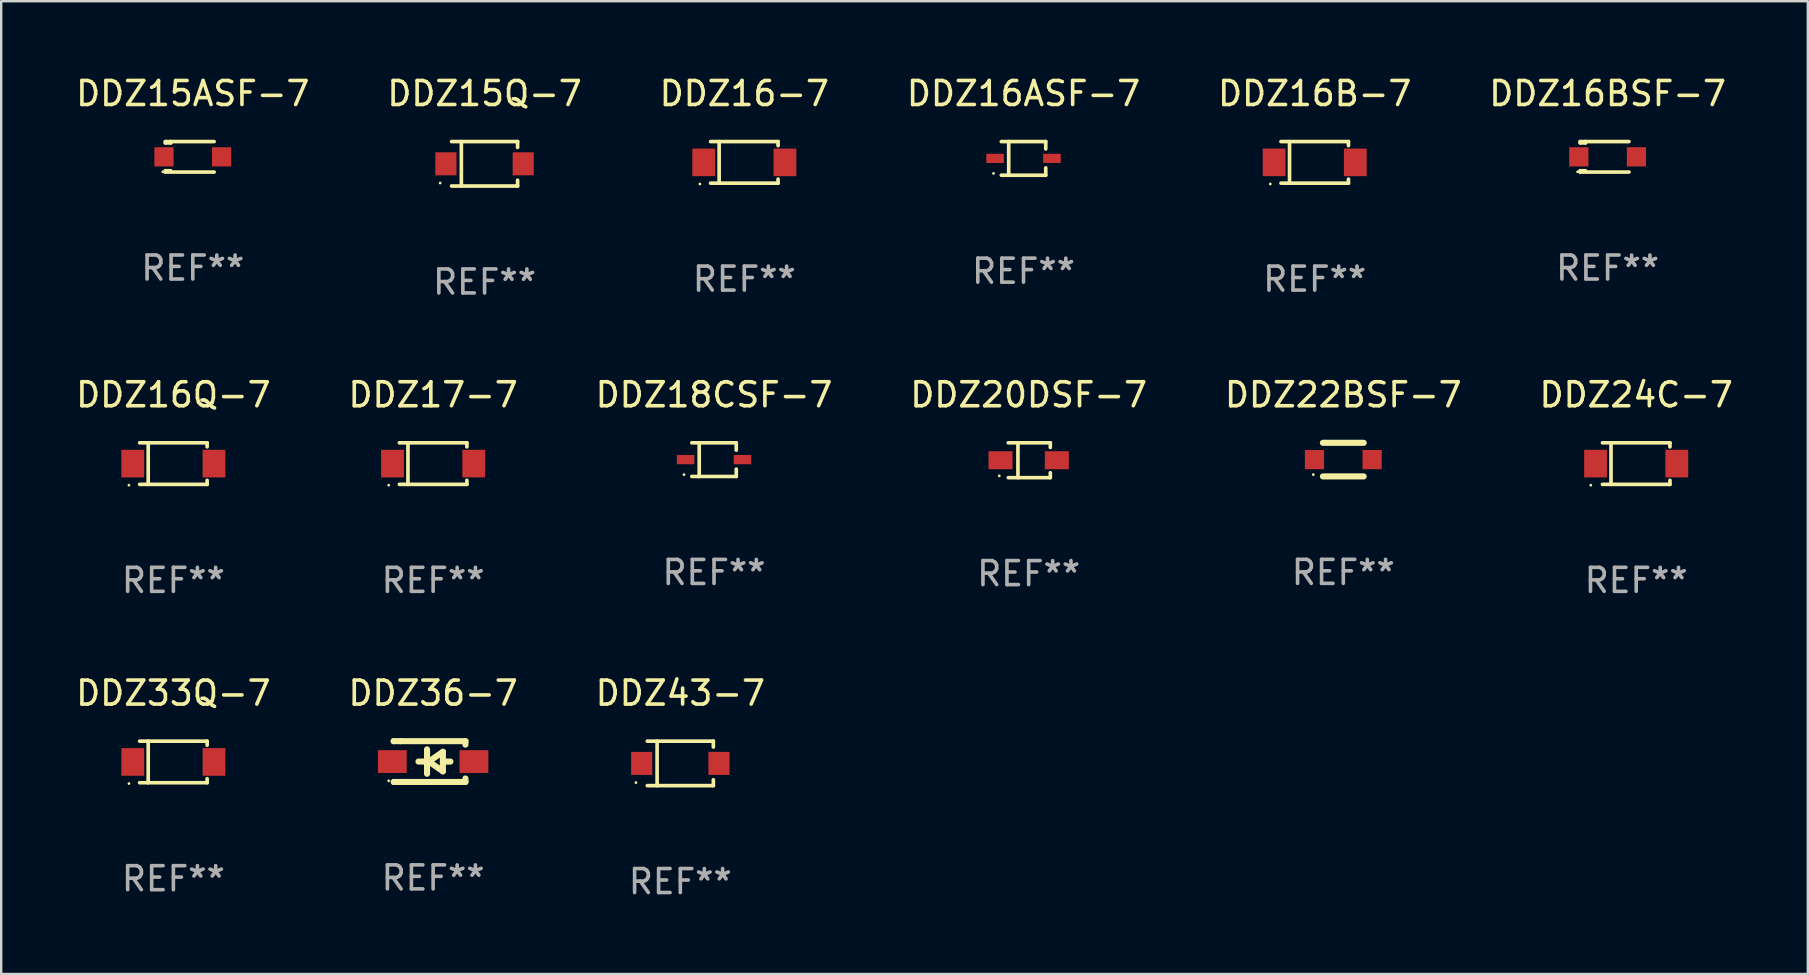
<source format=kicad_pcb>
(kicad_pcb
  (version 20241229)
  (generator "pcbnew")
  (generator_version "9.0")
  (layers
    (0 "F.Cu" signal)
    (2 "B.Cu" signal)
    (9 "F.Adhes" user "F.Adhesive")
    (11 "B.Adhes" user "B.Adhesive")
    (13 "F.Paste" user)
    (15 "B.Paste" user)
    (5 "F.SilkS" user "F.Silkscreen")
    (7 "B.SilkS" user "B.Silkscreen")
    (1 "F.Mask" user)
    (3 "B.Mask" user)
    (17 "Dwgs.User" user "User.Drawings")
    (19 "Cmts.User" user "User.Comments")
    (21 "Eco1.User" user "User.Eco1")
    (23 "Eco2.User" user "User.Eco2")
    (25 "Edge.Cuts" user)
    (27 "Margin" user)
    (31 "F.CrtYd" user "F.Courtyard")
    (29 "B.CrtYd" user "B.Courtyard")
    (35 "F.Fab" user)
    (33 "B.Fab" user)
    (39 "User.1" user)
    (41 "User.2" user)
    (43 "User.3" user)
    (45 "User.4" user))
  (footprint "DDZ15Q-7"
    (layer "F.Cu")
    (at 17.137 3.774)
    (property "Reference" "DDZ15Q-7" (at 0 -2.926 0) (layer "F.SilkS") (effects (font (size 1 1) (thickness 0.15))))
    (attr through_hole)
    (fp_line (start -1.376 -0.926) (end 1.376 -0.926) (stroke (width 0.152) (type solid)) (layer "F.SilkS"))
    (fp_line (start -1.376 0.926) (end 1.376 0.926) (stroke (width 0.152) (type solid)) (layer "F.SilkS"))
    (fp_line (start -0.967 -0.926) (end -0.967 0.926) (stroke (width 0.152) (type solid)) (layer "F.SilkS"))
    (fp_line (start 1.376 -0.926) (end 1.376 -0.683) (stroke (width 0.152) (type solid)) (layer "F.SilkS"))
    (fp_line (start 1.376 0.926) (end 1.376 0.683) (stroke (width 0.152) (type solid)) (layer "F.SilkS"))
    (fp_circle (center -1.85 0.8) (end -1.82 0.8) (stroke (width 0.06) (type solid)) (fill no) (layer "F.SilkS"))
    (fp_text user "REF**" (at 0 4.926 0) (layer "F.Fab") (effects (font (size 1 1) (thickness 0.15))))
    (pad "1" smd rect (at -1.61 0) (size 0.88 0.96) (layers "F.Cu" "F.Mask" "F.Paste"))
    (pad "2" smd rect (at 1.61 0) (size 0.88 0.96) (layers "F.Cu" "F.Mask" "F.Paste")))
  (footprint "DDZ16ASF-7"
    (layer "F.Cu")
    (at 39.589 3.549)
    (property "Reference" "DDZ16ASF-7" (at 0 -2.701 0) (layer "F.SilkS") (effects (font (size 1 1) (thickness 0.15))))
    (attr through_hole)
    (fp_line (start -0.926 -0.701) (end 0.926 -0.701) (stroke (width 0.152) (type solid)) (layer "F.SilkS"))
    (fp_line (start -0.926 0.701) (end 0.926 0.701) (stroke (width 0.152) (type solid)) (layer "F.SilkS"))
    (fp_line (start -0.617 -0.701) (end -0.617 0.701) (stroke (width 0.152) (type solid)) (layer "F.SilkS"))
    (fp_line (start 0.926 -0.701) (end 0.926 -0.396) (stroke (width 0.152) (type solid)) (layer "F.SilkS"))
    (fp_line (start 0.926 0.701) (end 0.926 0.396) (stroke (width 0.152) (type solid)) (layer "F.SilkS"))
    (fp_circle (center -1.25 0.625) (end -1.22 0.625) (stroke (width 0.06) (type solid)) (fill no) (layer "F.SilkS"))
    (fp_text user "REF**" (at 0 4.701 0) (layer "F.Fab") (effects (font (size 1 1) (thickness 0.15))))
    (pad "1" smd rect (at -1.185 0 180) (size 0.73 0.385) (layers "F.Cu" "F.Mask" "F.Paste"))
    (pad "2" smd rect (at 1.185 0 180) (size 0.73 0.385) (layers "F.Cu" "F.Mask" "F.Paste")))
  (footprint "DDZ18CSF-7"
    (layer "F.Cu")
    (at 26.696 16.098)
    (property "Reference" "DDZ18CSF-7" (at 0 -2.701 0) (layer "F.SilkS") (effects (font (size 1 1) (thickness 0.15))))
    (attr through_hole)
    (fp_line (start -0.926 -0.701) (end 0.926 -0.701) (stroke (width 0.152) (type solid)) (layer "F.SilkS"))
    (fp_line (start -0.926 0.701) (end 0.926 0.701) (stroke (width 0.152) (type solid)) (layer "F.SilkS"))
    (fp_line (start -0.617 -0.701) (end -0.617 0.701) (stroke (width 0.152) (type solid)) (layer "F.SilkS"))
    (fp_line (start 0.926 -0.701) (end 0.926 -0.396) (stroke (width 0.152) (type solid)) (layer "F.SilkS"))
    (fp_line (start 0.926 0.701) (end 0.926 0.396) (stroke (width 0.152) (type solid)) (layer "F.SilkS"))
    (fp_circle (center -1.25 0.625) (end -1.22 0.625) (stroke (width 0.06) (type solid)) (fill no) (layer "F.SilkS"))
    (fp_text user "REF**" (at 0 4.701 0) (layer "F.Fab") (effects (font (size 1 1) (thickness 0.15))))
    (pad "1" smd rect (at -1.185 0 180) (size 0.73 0.385) (layers "F.Cu" "F.Mask" "F.Paste"))
    (pad "2" smd rect (at 1.185 0 180) (size 0.73 0.385) (layers "F.Cu" "F.Mask" "F.Paste")))
  (footprint "DDZ16-7"
    (layer "F.Cu")
    (at 27.958 3.714)
    (property "Reference" "DDZ16-7" (at 0 -2.866 0) (layer "F.SilkS") (effects (font (size 1 1) (thickness 0.15))))
    (attr through_hole)
    (fp_line (start -1.406 -0.866) (end 1.406 -0.866) (stroke (width 0.152) (type solid)) (layer "F.SilkS"))
    (fp_line (start -1.406 0.866) (end 1.406 0.866) (stroke (width 0.152) (type solid)) (layer "F.SilkS"))
    (fp_line (start -1.049 -0.866) (end -1.049 0.866) (stroke (width 0.152) (type solid)) (layer "F.SilkS"))
    (fp_line (start 1.406 -0.866) (end 1.406 -0.698) (stroke (width 0.152) (type solid)) (layer "F.SilkS"))
    (fp_line (start 1.406 0.866) (end 1.406 0.698) (stroke (width 0.152) (type solid)) (layer "F.SilkS"))
    (fp_circle (center -1.851 0.9) (end -1.821 0.9) (stroke (width 0.06) (type solid)) (fill no) (layer "F.SilkS"))
    (fp_text user "REF**" (at 0 4.866 0) (layer "F.Fab") (effects (font (size 1 1) (thickness 0.15))))
    (pad "1" smd rect (at -1.692 0) (size 0.95 1.15) (layers "F.Cu" "F.Mask" "F.Paste"))
    (pad "2" smd rect (at 1.692 0) (size 0.95 1.15) (layers "F.Cu" "F.Mask" "F.Paste")))
  (footprint "DDZ20DSF-7"
    (layer "F.Cu")
    (at 39.804 16.123)
    (property "Reference" "DDZ20DSF-7" (at 0 -2.726 0) (layer "F.SilkS") (effects (font (size 1 1) (thickness 0.15))))
    (attr through_hole)
    (fp_line (start -0.851 -0.726) (end 0.901 -0.726) (stroke (width 0.152) (type solid)) (layer "F.SilkS"))
    (fp_line (start -0.851 0.726) (end 0.901 0.726) (stroke (width 0.152) (type solid)) (layer "F.SilkS"))
    (fp_line (start -0.447 -0.726) (end -0.447 0.726) (stroke (width 0.152) (type solid)) (layer "F.SilkS"))
    (fp_line (start 0.901 -0.726) (end 0.901 -0.53) (stroke (width 0.152) (type solid)) (layer "F.SilkS"))
    (fp_line (start 0.901 0.726) (end 0.901 0.52) (stroke (width 0.152) (type solid)) (layer "F.SilkS"))
    (fp_circle (center -1.225 0.65) (end -1.195 0.65) (stroke (width 0.06) (type solid)) (fill no) (layer "F.SilkS"))
    (fp_text user "REF**" (at 0 4.726 0) (layer "F.Fab") (effects (font (size 1 1) (thickness 0.15))))
    (pad "1" smd rect (at -1.173 0) (size 1 0.75) (layers "F.Cu" "F.Mask" "F.Paste"))
    (pad "2" smd rect (at 1.173 0) (size 1 0.75) (layers "F.Cu" "F.Mask" "F.Paste")))
  (footprint "DDZ22BSF-7"
    (layer "F.Cu")
    (at 52.911 16.097)
    (property "Reference" "DDZ22BSF-7" (at 0 -2.7 0) (layer "F.SilkS") (effects (font (size 1 1) (thickness 0.15))))
    (attr through_hole)
    (fp_line (start -0.85 -0.7) (end 0.85 -0.7) (stroke (width 0.254) (type solid)) (layer "F.SilkS"))
    (fp_line (start -0.85 0.7) (end 0.85 0.7) (stroke (width 0.254) (type solid)) (layer "F.SilkS"))
    (fp_circle (center -1.25 0.625) (end -1.22 0.625) (stroke (width 0.06) (type solid)) (fill no) (layer "F.SilkS"))
    (fp_text user "REF**" (at 0 4.7 0) (layer "F.Fab") (effects (font (size 1 1) (thickness 0.15))))
    (pad "1" smd rect (at -1.2 0) (size 0.8 0.8) (layers "F.Cu" "F.Mask" "F.Paste"))
    (pad "2" smd rect (at 1.2 0) (size 0.8 0.8) (layers "F.Cu" "F.Mask" "F.Paste")))
  (footprint "DDZ33Q-7"
    (layer "F.Cu")
    (at 4.173 28.692)
    (property "Reference" "DDZ33Q-7" (at 0 -2.866 0) (layer "F.SilkS") (effects (font (size 1 1) (thickness 0.15))))
    (attr through_hole)
    (fp_line (start -1.406 -0.866) (end 1.406 -0.866) (stroke (width 0.152) (type solid)) (layer "F.SilkS"))
    (fp_line (start -1.406 0.866) (end 1.406 0.866) (stroke (width 0.152) (type solid)) (layer "F.SilkS"))
    (fp_line (start -1.049 -0.866) (end -1.049 0.866) (stroke (width 0.152) (type solid)) (layer "F.SilkS"))
    (fp_line (start 1.406 -0.866) (end 1.406 -0.698) (stroke (width 0.152) (type solid)) (layer "F.SilkS"))
    (fp_line (start 1.406 0.866) (end 1.406 0.698) (stroke (width 0.152) (type solid)) (layer "F.SilkS"))
    (fp_circle (center -1.851 0.9) (end -1.821 0.9) (stroke (width 0.06) (type solid)) (fill no) (layer "F.SilkS"))
    (fp_text user "REF**" (at 0 4.866 0) (layer "F.Fab") (effects (font (size 1 1) (thickness 0.15))))
    (pad "1" smd rect (at -1.692 0) (size 0.95 1.15) (layers "F.Cu" "F.Mask" "F.Paste"))
    (pad "2" smd rect (at 1.692 0) (size 0.95 1.15) (layers "F.Cu" "F.Mask" "F.Paste")))
  (footprint "DDZ16Q-7"
    (layer "F.Cu")
    (at 4.173 16.263)
    (property "Reference" "DDZ16Q-7" (at 0 -2.866 0) (layer "F.SilkS") (effects (font (size 1 1) (thickness 0.15))))
    (attr through_hole)
    (fp_line (start -1.406 -0.866) (end 1.406 -0.866) (stroke (width 0.152) (type solid)) (layer "F.SilkS"))
    (fp_line (start -1.406 0.866) (end 1.406 0.866) (stroke (width 0.152) (type solid)) (layer "F.SilkS"))
    (fp_line (start -1.049 -0.866) (end -1.049 0.866) (stroke (width 0.152) (type solid)) (layer "F.SilkS"))
    (fp_line (start 1.406 -0.866) (end 1.406 -0.698) (stroke (width 0.152) (type solid)) (layer "F.SilkS"))
    (fp_line (start 1.406 0.866) (end 1.406 0.698) (stroke (width 0.152) (type solid)) (layer "F.SilkS"))
    (fp_circle (center -1.851 0.9) (end -1.821 0.9) (stroke (width 0.06) (type solid)) (fill no) (layer "F.SilkS"))
    (fp_text user "REF**" (at 0 4.866 0) (layer "F.Fab") (effects (font (size 1 1) (thickness 0.15))))
    (pad "1" smd rect (at -1.692 0) (size 0.95 1.15) (layers "F.Cu" "F.Mask" "F.Paste"))
    (pad "2" smd rect (at 1.692 0) (size 0.95 1.15) (layers "F.Cu" "F.Mask" "F.Paste")))
  (footprint "DDZ16B-7"
    (layer "F.Cu")
    (at 51.72 3.714)
    (property "Reference" "DDZ16B-7" (at 0 -2.866 0) (layer "F.SilkS") (effects (font (size 1 1) (thickness 0.15))))
    (attr through_hole)
    (fp_line (start -1.406 -0.866) (end 1.406 -0.866) (stroke (width 0.152) (type solid)) (layer "F.SilkS"))
    (fp_line (start -1.406 0.866) (end 1.406 0.866) (stroke (width 0.152) (type solid)) (layer "F.SilkS"))
    (fp_line (start -1.049 -0.866) (end -1.049 0.866) (stroke (width 0.152) (type solid)) (layer "F.SilkS"))
    (fp_line (start 1.406 -0.866) (end 1.406 -0.698) (stroke (width 0.152) (type solid)) (layer "F.SilkS"))
    (fp_line (start 1.406 0.866) (end 1.406 0.698) (stroke (width 0.152) (type solid)) (layer "F.SilkS"))
    (fp_circle (center -1.851 0.9) (end -1.821 0.9) (stroke (width 0.06) (type solid)) (fill no) (layer "F.SilkS"))
    (fp_text user "REF**" (at 0 4.866 0) (layer "F.Fab") (effects (font (size 1 1) (thickness 0.15))))
    (pad "1" smd rect (at -1.692 0) (size 0.95 1.15) (layers "F.Cu" "F.Mask" "F.Paste"))
    (pad "2" smd rect (at 1.692 0) (size 0.95 1.15) (layers "F.Cu" "F.Mask" "F.Paste")))
  (footprint "DDZ15ASF-7"
    (layer "F.Cu")
    (at 4.982 3.483)
    (property "Reference" "DDZ15ASF-7" (at 0 -2.635 0) (layer "F.SilkS") (effects (font (size 1 1) (thickness 0.15))))
    (attr through_hole)
    (fp_line (start -1.143 -0.635) (end -1.143 -0.58) (stroke (width 0.152) (type solid)) (layer "F.SilkS"))
    (fp_line (start -1.143 -0.58) (end -0.922 -0.58) (stroke (width 0.152) (type solid)) (layer "F.SilkS"))
    (fp_line (start -1.143 0.58) (end -1.143 0.635) (stroke (width 0.152) (type solid)) (layer "F.SilkS"))
    (fp_line (start -1.143 0.58) (end -0.922 0.58) (stroke (width 0.152) (type solid)) (layer "F.SilkS"))
    (fp_line (start -1.143 0.635) (end 0.889 0.635) (stroke (width 0.152) (type solid)) (layer "F.SilkS"))
    (fp_line (start -0.922 -0.58) (end -0.922 -0.635) (stroke (width 0.152) (type solid)) (layer "F.SilkS"))
    (fp_line (start 0.889 -0.635) (end -1.143 -0.635) (stroke (width 0.152) (type solid)) (layer "F.SilkS"))
    (fp_circle (center -1.25 0.625) (end -1.22 0.625) (stroke (width 0.06) (type solid)) (fill no) (layer "F.SilkS"))
    (fp_text user "REF**" (at 0 4.635 0) (layer "F.Fab") (effects (font (size 1 1) (thickness 0.15))))
    (pad "1" smd rect (at -1.2 0) (size 0.8 0.8) (layers "F.Cu" "F.Mask" "F.Paste"))
    (pad "2" smd rect (at 1.2 0) (size 0.8 0.8) (layers "F.Cu" "F.Mask" "F.Paste")))
  (footprint "DDZ17-7"
    (layer "F.Cu")
    (at 14.994 16.263)
    (property "Reference" "DDZ17-7" (at 0 -2.866 0) (layer "F.SilkS") (effects (font (size 1 1) (thickness 0.15))))
    (attr through_hole)
    (fp_line (start -1.406 -0.866) (end 1.406 -0.866) (stroke (width 0.152) (type solid)) (layer "F.SilkS"))
    (fp_line (start -1.406 0.866) (end 1.406 0.866) (stroke (width 0.152) (type solid)) (layer "F.SilkS"))
    (fp_line (start -1.049 -0.866) (end -1.049 0.866) (stroke (width 0.152) (type solid)) (layer "F.SilkS"))
    (fp_line (start 1.406 -0.866) (end 1.406 -0.698) (stroke (width 0.152) (type solid)) (layer "F.SilkS"))
    (fp_line (start 1.406 0.866) (end 1.406 0.698) (stroke (width 0.152) (type solid)) (layer "F.SilkS"))
    (fp_circle (center -1.851 0.9) (end -1.821 0.9) (stroke (width 0.06) (type solid)) (fill no) (layer "F.SilkS"))
    (fp_text user "REF**" (at 0 4.866 0) (layer "F.Fab") (effects (font (size 1 1) (thickness 0.15))))
    (pad "1" smd rect (at -1.692 0) (size 0.95 1.15) (layers "F.Cu" "F.Mask" "F.Paste"))
    (pad "2" smd rect (at 1.692 0) (size 0.95 1.15) (layers "F.Cu" "F.Mask" "F.Paste")))
  (footprint "DDZ16BSF-7"
    (layer "F.Cu")
    (at 63.923 3.483)
    (property "Reference" "DDZ16BSF-7" (at 0 -2.635 0) (layer "F.SilkS") (effects (font (size 1 1) (thickness 0.15))))
    (attr through_hole)
    (fp_line (start -1.143 -0.635) (end -1.143 -0.58) (stroke (width 0.152) (type solid)) (layer "F.SilkS"))
    (fp_line (start -1.143 -0.58) (end -0.922 -0.58) (stroke (width 0.152) (type solid)) (layer "F.SilkS"))
    (fp_line (start -1.143 0.58) (end -1.143 0.635) (stroke (width 0.152) (type solid)) (layer "F.SilkS"))
    (fp_line (start -1.143 0.58) (end -0.922 0.58) (stroke (width 0.152) (type solid)) (layer "F.SilkS"))
    (fp_line (start -1.143 0.635) (end 0.889 0.635) (stroke (width 0.152) (type solid)) (layer "F.SilkS"))
    (fp_line (start -0.922 -0.58) (end -0.922 -0.635) (stroke (width 0.152) (type solid)) (layer "F.SilkS"))
    (fp_line (start 0.889 -0.635) (end -1.143 -0.635) (stroke (width 0.152) (type solid)) (layer "F.SilkS"))
    (fp_circle (center -1.25 0.625) (end -1.22 0.625) (stroke (width 0.06) (type solid)) (fill no) (layer "F.SilkS"))
    (fp_text user "REF**" (at 0 4.635 0) (layer "F.Fab") (effects (font (size 1 1) (thickness 0.15))))
    (pad "1" smd rect (at -1.2 0) (size 0.8 0.8) (layers "F.Cu" "F.Mask" "F.Paste"))
    (pad "2" smd rect (at 1.2 0) (size 0.8 0.8) (layers "F.Cu" "F.Mask" "F.Paste")))
  (footprint "DDZ24C-7"
    (layer "F.Cu")
    (at 65.113 16.263)
    (property "Reference" "DDZ24C-7" (at 0 -2.866 0) (layer "F.SilkS") (effects (font (size 1 1) (thickness 0.15))))
    (attr through_hole)
    (fp_line (start -1.406 -0.866) (end 1.406 -0.866) (stroke (width 0.152) (type solid)) (layer "F.SilkS"))
    (fp_line (start -1.406 0.866) (end 1.406 0.866) (stroke (width 0.152) (type solid)) (layer "F.SilkS"))
    (fp_line (start -1.049 -0.866) (end -1.049 0.866) (stroke (width 0.152) (type solid)) (layer "F.SilkS"))
    (fp_line (start 1.406 -0.866) (end 1.406 -0.698) (stroke (width 0.152) (type solid)) (layer "F.SilkS"))
    (fp_line (start 1.406 0.866) (end 1.406 0.698) (stroke (width 0.152) (type solid)) (layer "F.SilkS"))
    (fp_circle (center -1.892 0.9) (end -1.862 0.9) (stroke (width 0.06) (type solid)) (fill no) (layer "F.SilkS"))
    (fp_text user "REF**" (at 0 4.866 0) (layer "F.Fab") (effects (font (size 1 1) (thickness 0.15))))
    (pad "1" smd rect (at -1.692 0) (size 0.95 1.15) (layers "F.Cu" "F.Mask" "F.Paste"))
    (pad "2" smd rect (at 1.692 0) (size 0.95 1.15) (layers "F.Cu" "F.Mask" "F.Paste")))
  (footprint "DDZ43-7"
    (layer "F.Cu")
    (at 25.292 28.752)
    (property "Reference" "DDZ43-7" (at 0 -2.926 0) (layer "F.SilkS") (effects (font (size 1 1) (thickness 0.15))))
    (attr through_hole)
    (fp_line (start -1.376 -0.926) (end 1.376 -0.926) (stroke (width 0.152) (type solid)) (layer "F.SilkS"))
    (fp_line (start -1.376 0.926) (end 1.376 0.926) (stroke (width 0.152) (type solid)) (layer "F.SilkS"))
    (fp_line (start -0.967 -0.926) (end -0.967 0.926) (stroke (width 0.152) (type solid)) (layer "F.SilkS"))
    (fp_line (start 1.376 -0.926) (end 1.376 -0.683) (stroke (width 0.152) (type solid)) (layer "F.SilkS"))
    (fp_line (start 1.376 0.926) (end 1.376 0.683) (stroke (width 0.152) (type solid)) (layer "F.SilkS"))
    (fp_circle (center -1.85 0.8) (end -1.82 0.8) (stroke (width 0.06) (type solid)) (fill no) (layer "F.SilkS"))
    (fp_text user "REF**" (at 0 4.926 0) (layer "F.Fab") (effects (font (size 1 1) (thickness 0.15))))
    (pad "1" smd rect (at -1.61 0) (size 0.88 0.96) (layers "F.Cu" "F.Mask" "F.Paste"))
    (pad "2" smd rect (at 1.61 0) (size 0.88 0.96) (layers "F.Cu" "F.Mask" "F.Paste")))
  (footprint "DDZ36-7"
    (layer "F.Cu")
    (at 14.994 28.676)
    (property "Reference" "DDZ36-7" (at 0 -2.85 0) (layer "F.SilkS") (effects (font (size 1 1) (thickness 0.15))))
    (attr through_hole)
    (fp_line (start -1.643 -0.85) (end -1.644 -0.849) (stroke (width 0.254) (type solid)) (layer "F.SilkS"))
    (fp_line (start -1.638 0.85) (end -1.639 0.849) (stroke (width 0.254) (type solid)) (layer "F.SilkS"))
    (fp_line (start -1.346 -0.85) (end -1.643 -0.85) (stroke (width 0.254) (type solid)) (layer "F.SilkS"))
    (fp_line (start -1.346 -0.85) (end 1.346 -0.85) (stroke (width 0.254) (type solid)) (layer "F.SilkS"))
    (fp_line (start -1.346 0.85) (end -1.638 0.85) (stroke (width 0.254) (type solid)) (layer "F.SilkS"))
    (fp_line (start -0.28 0) (end -0.61 0) (stroke (width 0.254) (type solid)) (layer "F.SilkS"))
    (fp_line (start -0.254 -0.508) (end -0.254 0.508) (stroke (width 0.254) (type solid)) (layer "F.SilkS"))
    (fp_line (start -0.178 0) (end 0.406 -0.406) (stroke (width 0.254) (type solid)) (layer "F.SilkS"))
    (fp_line (start 0.406 -0.406) (end 0.406 0.406) (stroke (width 0.254) (type solid)) (layer "F.SilkS"))
    (fp_line (start 0.406 -0.000254) (end 0.72 -0.000254) (stroke (width 0.254) (type solid)) (layer "F.SilkS"))
    (fp_line (start 0.406 0.406) (end -0.178 0) (stroke (width 0.254) (type solid)) (layer "F.SilkS"))
    (fp_line (start 1.346 -0.85) (end 1.346 -0.706) (stroke (width 0.254) (type solid)) (layer "F.SilkS"))
    (fp_line (start 1.346 0.706) (end 1.346 0.85) (stroke (width 0.254) (type solid)) (layer "F.SilkS"))
    (fp_line (start 1.346 0.85) (end -1.346 0.85) (stroke (width 0.254) (type solid)) (layer "F.SilkS"))
    (fp_circle (center -1.85 0.8) (end -1.82 0.8) (stroke (width 0.06) (type solid)) (fill no) (layer "F.SilkS"))
    (fp_text user "REF**" (at 0 4.85 0) (layer "F.Fab") (effects (font (size 1 1) (thickness 0.15))))
    (pad "1" smd rect (at -1.7 0) (size 1.2 0.95) (layers "F.Cu" "F.Mask" "F.Paste"))
    (pad "2" smd rect (at 1.7 0) (size 1.2 0.95) (layers "F.Cu" "F.Mask" "F.Paste")))
  (gr_rect
    (start -3 -3)
    (end 72.262 37.527)
    (stroke (width 0.1) (type default))
    (fill no)
    (layer "Edge.Cuts")))
</source>
